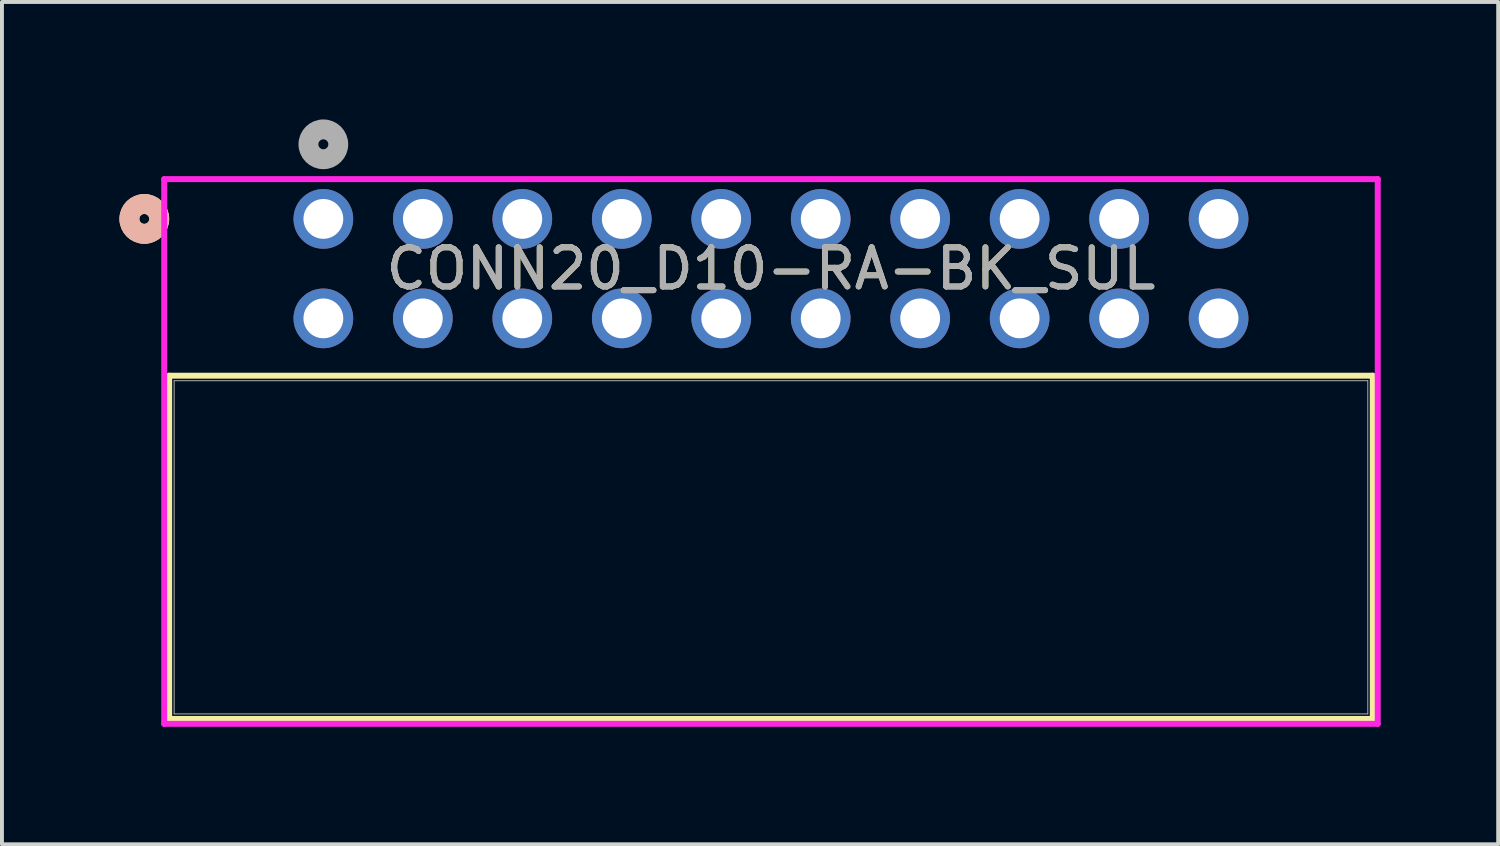
<source format=kicad_pcb>
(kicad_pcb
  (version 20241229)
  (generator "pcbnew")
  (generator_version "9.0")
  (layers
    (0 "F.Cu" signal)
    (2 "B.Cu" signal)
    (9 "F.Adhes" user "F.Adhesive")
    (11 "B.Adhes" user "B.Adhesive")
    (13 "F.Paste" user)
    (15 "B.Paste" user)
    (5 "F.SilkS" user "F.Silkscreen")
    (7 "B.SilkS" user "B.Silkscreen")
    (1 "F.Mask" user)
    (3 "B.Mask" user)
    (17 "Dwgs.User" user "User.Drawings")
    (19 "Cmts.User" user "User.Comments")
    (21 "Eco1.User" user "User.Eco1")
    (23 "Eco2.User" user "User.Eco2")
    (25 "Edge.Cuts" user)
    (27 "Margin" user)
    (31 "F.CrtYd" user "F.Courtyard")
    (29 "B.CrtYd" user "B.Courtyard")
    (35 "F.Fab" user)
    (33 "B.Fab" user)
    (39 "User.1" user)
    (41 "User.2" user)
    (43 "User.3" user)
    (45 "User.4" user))
  (footprint "CONN20_D10-RA-BK_SUL"
    (layer "F.Cu")
    (at 5.207 2.54)
    (property "Reference" "CONN20_D10-RA-BK_SUL" (at 11.43 1.27 0) (unlocked yes) (layer "F.SilkS") (effects (font (size 1 1) (thickness 0.15))))
    (attr through_hole)
    (fp_line (start -3.937 4.004) (end -3.937 12.767) (stroke (width 0.152) (type solid)) (layer "F.SilkS"))
    (fp_line (start -3.937 12.767) (end 26.797 12.767) (stroke (width 0.152) (type solid)) (layer "F.SilkS"))
    (fp_line (start 26.797 4.004) (end -3.937 4.004) (stroke (width 0.152) (type solid)) (layer "F.SilkS"))
    (fp_line (start 26.797 12.767) (end 26.797 4.004) (stroke (width 0.152) (type solid)) (layer "F.SilkS"))
    (fp_circle (center -4.572 0) (end -4.191 0) (stroke (width 0.508) (type solid)) (fill no) (layer "F.SilkS"))
    (fp_circle (center -4.572 0) (end -4.191 0) (stroke (width 0.508) (type solid)) (fill no) (layer "B.SilkS"))
    (fp_line (start -4.064 -1.016) (end -4.064 12.894) (stroke (width 0.152) (type solid)) (layer "F.CrtYd"))
    (fp_line (start -4.064 12.894) (end 26.924 12.894) (stroke (width 0.152) (type solid)) (layer "F.CrtYd"))
    (fp_line (start 26.924 -1.016) (end -4.064 -1.016) (stroke (width 0.152) (type solid)) (layer "F.CrtYd"))
    (fp_line (start 26.924 12.894) (end 26.924 -1.016) (stroke (width 0.152) (type solid)) (layer "F.CrtYd"))
    (fp_line (start -3.81 4.131) (end -3.81 12.64) (stroke (width 0.025) (type solid)) (layer "F.Fab"))
    (fp_line (start -3.81 12.64) (end 26.67 12.64) (stroke (width 0.025) (type solid)) (layer "F.Fab"))
    (fp_line (start 26.67 4.131) (end -3.81 4.131) (stroke (width 0.025) (type solid)) (layer "F.Fab"))
    (fp_line (start 26.67 12.64) (end 26.67 4.131) (stroke (width 0.025) (type solid)) (layer "F.Fab"))
    (fp_circle (center 0 -1.905) (end 0.381 -1.905) (stroke (width 0.508) (type solid)) (fill no) (layer "F.Fab"))
    (fp_text user "${REFERENCE}" (at 11.43 1.27 0) (unlocked yes) (layer "F.Fab") (effects (font (size 1 1) (thickness 0.15))))
    (pad "1" thru_hole circle (at 0 0) (size 1.524 1.524) (drill 1.016) (layers "*.Cu" "*.Mask"))
    (pad "2" thru_hole circle (at 0 2.54) (size 1.524 1.524) (drill 1.016) (layers "*.Cu" "*.Mask"))
    (pad "3" thru_hole circle (at 2.54 0) (size 1.524 1.524) (drill 1.016) (layers "*.Cu" "*.Mask"))
    (pad "4" thru_hole circle (at 2.54 2.54) (size 1.524 1.524) (drill 1.016) (layers "*.Cu" "*.Mask"))
    (pad "5" thru_hole circle (at 5.08 0) (size 1.524 1.524) (drill 1.016) (layers "*.Cu" "*.Mask"))
    (pad "6" thru_hole circle (at 5.08 2.54) (size 1.524 1.524) (drill 1.016) (layers "*.Cu" "*.Mask"))
    (pad "7" thru_hole circle (at 7.62 0) (size 1.524 1.524) (drill 1.016) (layers "*.Cu" "*.Mask"))
    (pad "8" thru_hole circle (at 7.62 2.54) (size 1.524 1.524) (drill 1.016) (layers "*.Cu" "*.Mask"))
    (pad "9" thru_hole circle (at 10.16 0) (size 1.524 1.524) (drill 1.016) (layers "*.Cu" "*.Mask"))
    (pad "10" thru_hole circle (at 10.16 2.54) (size 1.524 1.524) (drill 1.016) (layers "*.Cu" "*.Mask"))
    (pad "11" thru_hole circle (at 12.7 0) (size 1.524 1.524) (drill 1.016) (layers "*.Cu" "*.Mask"))
    (pad "12" thru_hole circle (at 12.7 2.54) (size 1.524 1.524) (drill 1.016) (layers "*.Cu" "*.Mask"))
    (pad "13" thru_hole circle (at 15.24 0) (size 1.524 1.524) (drill 1.016) (layers "*.Cu" "*.Mask"))
    (pad "14" thru_hole circle (at 15.24 2.54) (size 1.524 1.524) (drill 1.016) (layers "*.Cu" "*.Mask"))
    (pad "15" thru_hole circle (at 17.78 0) (size 1.524 1.524) (drill 1.016) (layers "*.Cu" "*.Mask"))
    (pad "16" thru_hole circle (at 17.78 2.54) (size 1.524 1.524) (drill 1.016) (layers "*.Cu" "*.Mask"))
    (pad "17" thru_hole circle (at 20.32 0) (size 1.524 1.524) (drill 1.016) (layers "*.Cu" "*.Mask"))
    (pad "18" thru_hole circle (at 20.32 2.54) (size 1.524 1.524) (drill 1.016) (layers "*.Cu" "*.Mask"))
    (pad "19" thru_hole circle (at 22.86 0) (size 1.524 1.524) (drill 1.016) (layers "*.Cu" "*.Mask"))
    (pad "20" thru_hole circle (at 22.86 2.54) (size 1.524 1.524) (drill 1.016) (layers "*.Cu" "*.Mask")))
  (gr_rect
    (start -3 -3)
    (end 35.207 18.51)
    (stroke (width 0.1) (type default))
    (fill no)
    (layer "Edge.Cuts")))
</source>
